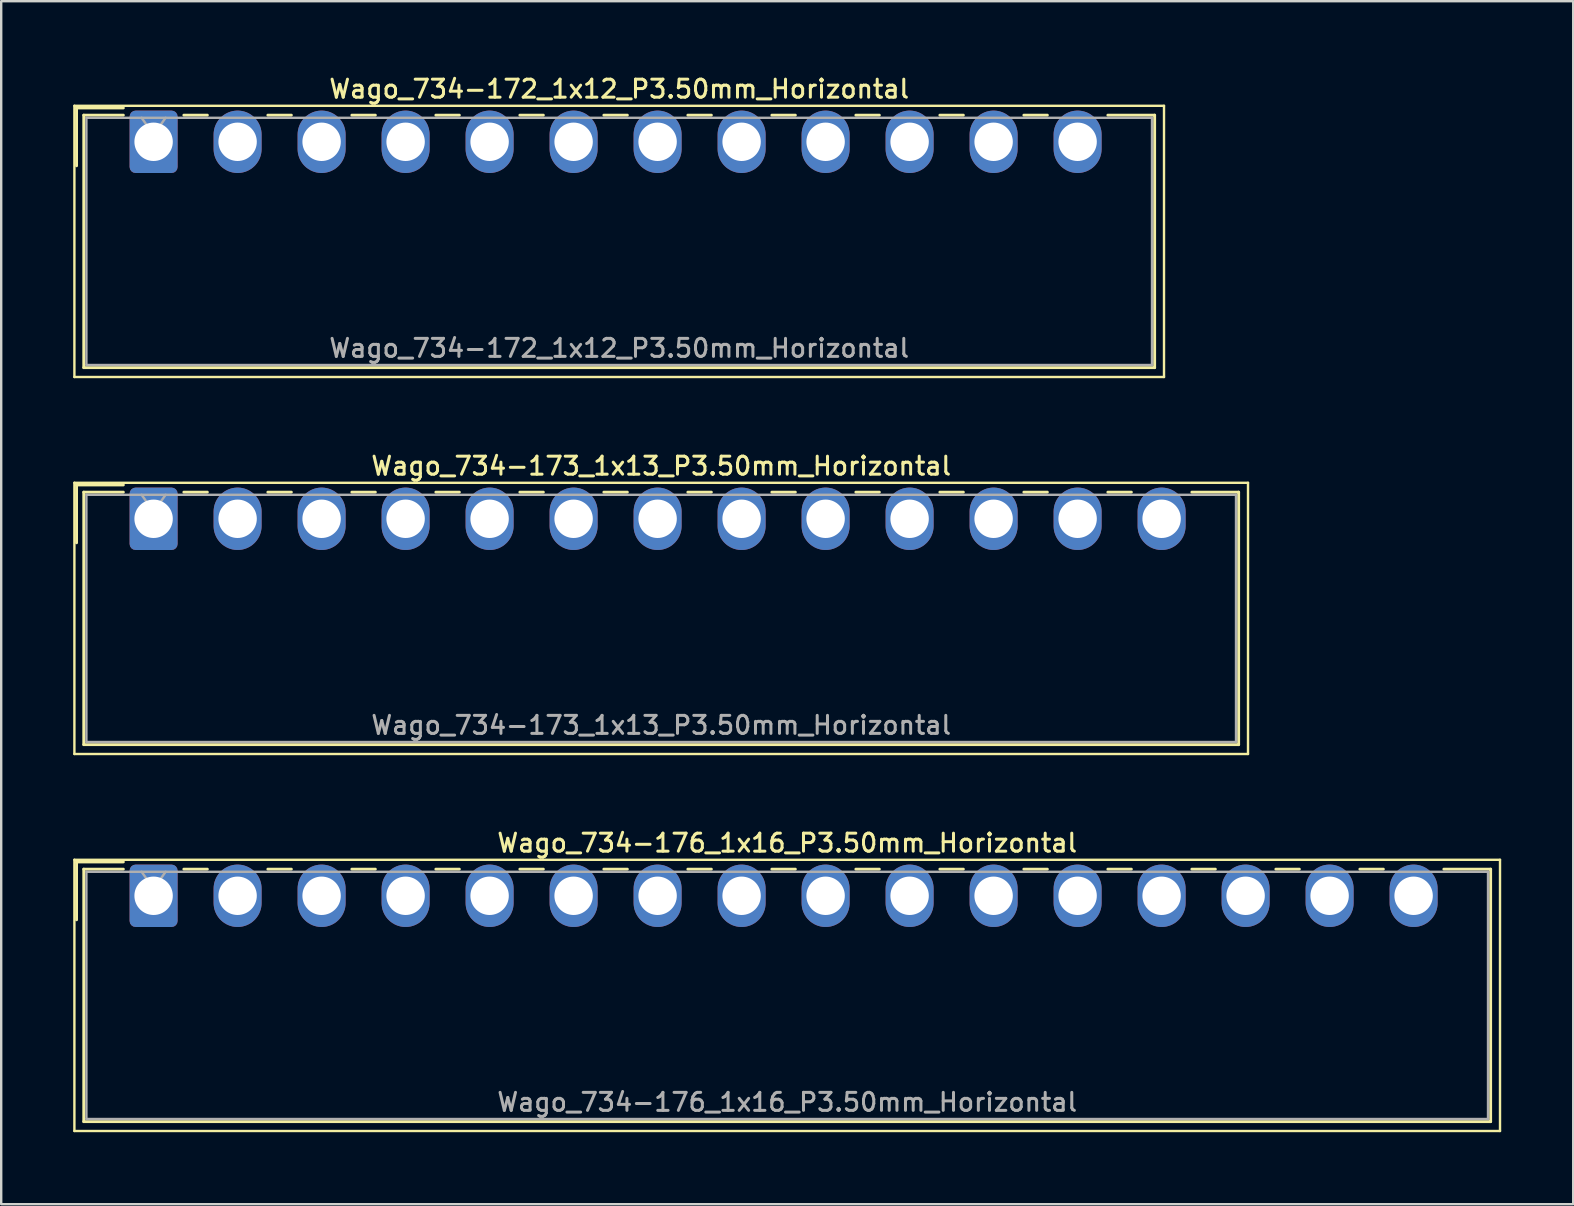
<source format=kicad_pcb>
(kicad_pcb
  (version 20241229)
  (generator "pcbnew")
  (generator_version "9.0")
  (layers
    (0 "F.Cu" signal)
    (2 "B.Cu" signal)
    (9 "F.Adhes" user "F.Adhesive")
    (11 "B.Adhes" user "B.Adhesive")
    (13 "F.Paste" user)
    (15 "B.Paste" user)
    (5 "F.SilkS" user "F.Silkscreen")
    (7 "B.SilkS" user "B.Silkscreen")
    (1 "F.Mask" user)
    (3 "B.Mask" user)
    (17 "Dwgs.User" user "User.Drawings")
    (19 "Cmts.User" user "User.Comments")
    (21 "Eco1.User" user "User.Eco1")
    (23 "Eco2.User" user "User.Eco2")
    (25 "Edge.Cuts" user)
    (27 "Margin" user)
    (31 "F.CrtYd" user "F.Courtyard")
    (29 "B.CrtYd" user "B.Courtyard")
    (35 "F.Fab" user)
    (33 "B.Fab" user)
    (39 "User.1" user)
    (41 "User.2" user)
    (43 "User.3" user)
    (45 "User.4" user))
  (footprint "Wago_734-173_1x13_P3.50mm_Horizontal"
    (layer "F.Cu")
    (at 3.35 18.566)
    (property "Reference" "Wago_734-173_1x13_P3.50mm_Horizontal" (at 21.15 -2.2 0) (layer "F.SilkS") (effects (font (size 0.75 0.75) (thickness 0.125))))
    (attr through_hole)
    (fp_line (start -3.3 -1.5) (end -3.3 9.8) (stroke (width 0.1) (type solid)) (layer "F.SilkS"))
    (fp_line (start -3.3 9.8) (end 45.6 9.8) (stroke (width 0.1) (type solid)) (layer "F.SilkS"))
    (fp_line (start -3.21 -1.41) (end -1.26 -1.41) (stroke (width 0.12) (type solid)) (layer "F.SilkS"))
    (fp_line (start -3.21 1) (end -3.21 -1.41) (stroke (width 0.12) (type solid)) (layer "F.SilkS"))
    (fp_line (start -2.91 -1.11) (end -2.91 9.41) (stroke (width 0.12) (type solid)) (layer "F.SilkS"))
    (fp_line (start -2.91 9.41) (end 45.21 9.41) (stroke (width 0.12) (type solid)) (layer "F.SilkS"))
    (fp_line (start -1.26 -1.11) (end -2.91 -1.11) (stroke (width 0.12) (type solid)) (layer "F.SilkS"))
    (fp_line (start 1.26 -1.11) (end 2.24 -1.11) (stroke (width 0.12) (type solid)) (layer "F.SilkS"))
    (fp_line (start 4.76 -1.11) (end 5.74 -1.11) (stroke (width 0.12) (type solid)) (layer "F.SilkS"))
    (fp_line (start 8.26 -1.11) (end 9.24 -1.11) (stroke (width 0.12) (type solid)) (layer "F.SilkS"))
    (fp_line (start 11.76 -1.11) (end 12.74 -1.11) (stroke (width 0.12) (type solid)) (layer "F.SilkS"))
    (fp_line (start 15.26 -1.11) (end 16.24 -1.11) (stroke (width 0.12) (type solid)) (layer "F.SilkS"))
    (fp_line (start 18.76 -1.11) (end 19.74 -1.11) (stroke (width 0.12) (type solid)) (layer "F.SilkS"))
    (fp_line (start 22.26 -1.11) (end 23.24 -1.11) (stroke (width 0.12) (type solid)) (layer "F.SilkS"))
    (fp_line (start 25.76 -1.11) (end 26.74 -1.11) (stroke (width 0.12) (type solid)) (layer "F.SilkS"))
    (fp_line (start 29.26 -1.11) (end 30.24 -1.11) (stroke (width 0.12) (type solid)) (layer "F.SilkS"))
    (fp_line (start 32.76 -1.11) (end 33.74 -1.11) (stroke (width 0.12) (type solid)) (layer "F.SilkS"))
    (fp_line (start 36.26 -1.11) (end 37.24 -1.11) (stroke (width 0.12) (type solid)) (layer "F.SilkS"))
    (fp_line (start 39.76 -1.11) (end 40.74 -1.11) (stroke (width 0.12) (type solid)) (layer "F.SilkS"))
    (fp_line (start 45.21 -1.11) (end 43.26 -1.11) (stroke (width 0.12) (type solid)) (layer "F.SilkS"))
    (fp_line (start 45.21 9.41) (end 45.21 -1.11) (stroke (width 0.12) (type solid)) (layer "F.SilkS"))
    (fp_line (start 45.6 -1.5) (end -3.3 -1.5) (stroke (width 0.1) (type solid)) (layer "F.SilkS"))
    (fp_line (start 45.6 9.8) (end 45.6 -1.5) (stroke (width 0.1) (type solid)) (layer "F.SilkS"))
    (fp_line (start -2.8 -1) (end -2.8 9.3) (stroke (width 0.1) (type solid)) (layer "F.Fab"))
    (fp_line (start -2.8 9.3) (end 45.1 9.3) (stroke (width 0.1) (type solid)) (layer "F.Fab"))
    (fp_line (start -0.5 -1) (end 0 -0.293) (stroke (width 0.1) (type solid)) (layer "F.Fab"))
    (fp_line (start 0 -0.293) (end 0.5 -1) (stroke (width 0.1) (type solid)) (layer "F.Fab"))
    (fp_line (start 45.1 -1) (end -2.8 -1) (stroke (width 0.1) (type solid)) (layer "F.Fab"))
    (fp_line (start 45.1 9.3) (end 45.1 -1) (stroke (width 0.1) (type solid)) (layer "F.Fab"))
    (fp_text user "${REFERENCE}" (at 21.15 8.6 0) (layer "F.Fab") (effects (font (size 0.75 0.75) (thickness 0.125))))
    (pad "1" thru_hole roundrect (at 0 0) (size 2 2.6) (drill 1.6) (layers "*.Cu" "*.Mask") (roundrect_rratio 0.125))
    (pad "2" thru_hole oval (at 3.5 0) (size 2 2.6) (drill 1.6) (layers "*.Cu" "*.Mask"))
    (pad "3" thru_hole oval (at 7 0) (size 2 2.6) (drill 1.6) (layers "*.Cu" "*.Mask"))
    (pad "4" thru_hole oval (at 10.5 0) (size 2 2.6) (drill 1.6) (layers "*.Cu" "*.Mask"))
    (pad "5" thru_hole oval (at 14 0) (size 2 2.6) (drill 1.6) (layers "*.Cu" "*.Mask"))
    (pad "6" thru_hole oval (at 17.5 0) (size 2 2.6) (drill 1.6) (layers "*.Cu" "*.Mask"))
    (pad "7" thru_hole oval (at 21 0) (size 2 2.6) (drill 1.6) (layers "*.Cu" "*.Mask"))
    (pad "8" thru_hole oval (at 24.5 0) (size 2 2.6) (drill 1.6) (layers "*.Cu" "*.Mask"))
    (pad "9" thru_hole oval (at 28 0) (size 2 2.6) (drill 1.6) (layers "*.Cu" "*.Mask"))
    (pad "10" thru_hole oval (at 31.5 0) (size 2 2.6) (drill 1.6) (layers "*.Cu" "*.Mask"))
    (pad "11" thru_hole oval (at 35 0) (size 2 2.6) (drill 1.6) (layers "*.Cu" "*.Mask"))
    (pad "12" thru_hole oval (at 38.5 0) (size 2 2.6) (drill 1.6) (layers "*.Cu" "*.Mask"))
    (pad "13" thru_hole oval (at 42 0) (size 2 2.6) (drill 1.6) (layers "*.Cu" "*.Mask")))
  (footprint "Wago_734-176_1x16_P3.50mm_Horizontal"
    (layer "F.Cu")
    (at 3.35 34.274)
    (property "Reference" "Wago_734-176_1x16_P3.50mm_Horizontal" (at 26.4 -2.2 0) (layer "F.SilkS") (effects (font (size 0.75 0.75) (thickness 0.125))))
    (attr through_hole)
    (fp_line (start -3.3 -1.5) (end -3.3 9.8) (stroke (width 0.1) (type solid)) (layer "F.SilkS"))
    (fp_line (start -3.3 9.8) (end 56.1 9.8) (stroke (width 0.1) (type solid)) (layer "F.SilkS"))
    (fp_line (start -3.21 -1.41) (end -1.26 -1.41) (stroke (width 0.12) (type solid)) (layer "F.SilkS"))
    (fp_line (start -3.21 1) (end -3.21 -1.41) (stroke (width 0.12) (type solid)) (layer "F.SilkS"))
    (fp_line (start -2.91 -1.11) (end -2.91 9.41) (stroke (width 0.12) (type solid)) (layer "F.SilkS"))
    (fp_line (start -2.91 9.41) (end 55.71 9.41) (stroke (width 0.12) (type solid)) (layer "F.SilkS"))
    (fp_line (start -1.26 -1.11) (end -2.91 -1.11) (stroke (width 0.12) (type solid)) (layer "F.SilkS"))
    (fp_line (start 1.26 -1.11) (end 2.24 -1.11) (stroke (width 0.12) (type solid)) (layer "F.SilkS"))
    (fp_line (start 4.76 -1.11) (end 5.74 -1.11) (stroke (width 0.12) (type solid)) (layer "F.SilkS"))
    (fp_line (start 8.26 -1.11) (end 9.24 -1.11) (stroke (width 0.12) (type solid)) (layer "F.SilkS"))
    (fp_line (start 11.76 -1.11) (end 12.74 -1.11) (stroke (width 0.12) (type solid)) (layer "F.SilkS"))
    (fp_line (start 15.26 -1.11) (end 16.24 -1.11) (stroke (width 0.12) (type solid)) (layer "F.SilkS"))
    (fp_line (start 18.76 -1.11) (end 19.74 -1.11) (stroke (width 0.12) (type solid)) (layer "F.SilkS"))
    (fp_line (start 22.26 -1.11) (end 23.24 -1.11) (stroke (width 0.12) (type solid)) (layer "F.SilkS"))
    (fp_line (start 25.76 -1.11) (end 26.74 -1.11) (stroke (width 0.12) (type solid)) (layer "F.SilkS"))
    (fp_line (start 29.26 -1.11) (end 30.24 -1.11) (stroke (width 0.12) (type solid)) (layer "F.SilkS"))
    (fp_line (start 32.76 -1.11) (end 33.74 -1.11) (stroke (width 0.12) (type solid)) (layer "F.SilkS"))
    (fp_line (start 36.26 -1.11) (end 37.24 -1.11) (stroke (width 0.12) (type solid)) (layer "F.SilkS"))
    (fp_line (start 39.76 -1.11) (end 40.74 -1.11) (stroke (width 0.12) (type solid)) (layer "F.SilkS"))
    (fp_line (start 43.26 -1.11) (end 44.24 -1.11) (stroke (width 0.12) (type solid)) (layer "F.SilkS"))
    (fp_line (start 46.76 -1.11) (end 47.74 -1.11) (stroke (width 0.12) (type solid)) (layer "F.SilkS"))
    (fp_line (start 50.26 -1.11) (end 51.24 -1.11) (stroke (width 0.12) (type solid)) (layer "F.SilkS"))
    (fp_line (start 55.71 -1.11) (end 53.76 -1.11) (stroke (width 0.12) (type solid)) (layer "F.SilkS"))
    (fp_line (start 55.71 9.41) (end 55.71 -1.11) (stroke (width 0.12) (type solid)) (layer "F.SilkS"))
    (fp_line (start 56.1 -1.5) (end -3.3 -1.5) (stroke (width 0.1) (type solid)) (layer "F.SilkS"))
    (fp_line (start 56.1 9.8) (end 56.1 -1.5) (stroke (width 0.1) (type solid)) (layer "F.SilkS"))
    (fp_line (start -2.8 -1) (end -2.8 9.3) (stroke (width 0.1) (type solid)) (layer "F.Fab"))
    (fp_line (start -2.8 9.3) (end 55.6 9.3) (stroke (width 0.1) (type solid)) (layer "F.Fab"))
    (fp_line (start -0.5 -1) (end 0 -0.293) (stroke (width 0.1) (type solid)) (layer "F.Fab"))
    (fp_line (start 0 -0.293) (end 0.5 -1) (stroke (width 0.1) (type solid)) (layer "F.Fab"))
    (fp_line (start 55.6 -1) (end -2.8 -1) (stroke (width 0.1) (type solid)) (layer "F.Fab"))
    (fp_line (start 55.6 9.3) (end 55.6 -1) (stroke (width 0.1) (type solid)) (layer "F.Fab"))
    (fp_text user "${REFERENCE}" (at 26.4 8.6 0) (layer "F.Fab") (effects (font (size 0.75 0.75) (thickness 0.125))))
    (pad "1" thru_hole roundrect (at 0 0) (size 2 2.6) (drill 1.6) (layers "*.Cu" "*.Mask") (roundrect_rratio 0.125))
    (pad "2" thru_hole oval (at 3.5 0) (size 2 2.6) (drill 1.6) (layers "*.Cu" "*.Mask"))
    (pad "3" thru_hole oval (at 7 0) (size 2 2.6) (drill 1.6) (layers "*.Cu" "*.Mask"))
    (pad "4" thru_hole oval (at 10.5 0) (size 2 2.6) (drill 1.6) (layers "*.Cu" "*.Mask"))
    (pad "5" thru_hole oval (at 14 0) (size 2 2.6) (drill 1.6) (layers "*.Cu" "*.Mask"))
    (pad "6" thru_hole oval (at 17.5 0) (size 2 2.6) (drill 1.6) (layers "*.Cu" "*.Mask"))
    (pad "7" thru_hole oval (at 21 0) (size 2 2.6) (drill 1.6) (layers "*.Cu" "*.Mask"))
    (pad "8" thru_hole oval (at 24.5 0) (size 2 2.6) (drill 1.6) (layers "*.Cu" "*.Mask"))
    (pad "9" thru_hole oval (at 28 0) (size 2 2.6) (drill 1.6) (layers "*.Cu" "*.Mask"))
    (pad "10" thru_hole oval (at 31.5 0) (size 2 2.6) (drill 1.6) (layers "*.Cu" "*.Mask"))
    (pad "11" thru_hole oval (at 35 0) (size 2 2.6) (drill 1.6) (layers "*.Cu" "*.Mask"))
    (pad "12" thru_hole oval (at 38.5 0) (size 2 2.6) (drill 1.6) (layers "*.Cu" "*.Mask"))
    (pad "13" thru_hole oval (at 42 0) (size 2 2.6) (drill 1.6) (layers "*.Cu" "*.Mask"))
    (pad "14" thru_hole oval (at 45.5 0) (size 2 2.6) (drill 1.6) (layers "*.Cu" "*.Mask"))
    (pad "15" thru_hole oval (at 49 0) (size 2 2.6) (drill 1.6) (layers "*.Cu" "*.Mask"))
    (pad "16" thru_hole oval (at 52.5 0) (size 2 2.6) (drill 1.6) (layers "*.Cu" "*.Mask")))
  (footprint "Wago_734-172_1x12_P3.50mm_Horizontal"
    (layer "F.Cu")
    (at 3.35 2.858)
    (property "Reference" "Wago_734-172_1x12_P3.50mm_Horizontal" (at 19.4 -2.2 0) (layer "F.SilkS") (effects (font (size 0.75 0.75) (thickness 0.125))))
    (attr through_hole)
    (fp_line (start -3.3 -1.5) (end -3.3 9.8) (stroke (width 0.1) (type solid)) (layer "F.SilkS"))
    (fp_line (start -3.3 9.8) (end 42.1 9.8) (stroke (width 0.1) (type solid)) (layer "F.SilkS"))
    (fp_line (start -3.21 -1.41) (end -1.26 -1.41) (stroke (width 0.12) (type solid)) (layer "F.SilkS"))
    (fp_line (start -3.21 1) (end -3.21 -1.41) (stroke (width 0.12) (type solid)) (layer "F.SilkS"))
    (fp_line (start -2.91 -1.11) (end -2.91 9.41) (stroke (width 0.12) (type solid)) (layer "F.SilkS"))
    (fp_line (start -2.91 9.41) (end 41.71 9.41) (stroke (width 0.12) (type solid)) (layer "F.SilkS"))
    (fp_line (start -1.26 -1.11) (end -2.91 -1.11) (stroke (width 0.12) (type solid)) (layer "F.SilkS"))
    (fp_line (start 1.26 -1.11) (end 2.24 -1.11) (stroke (width 0.12) (type solid)) (layer "F.SilkS"))
    (fp_line (start 4.76 -1.11) (end 5.74 -1.11) (stroke (width 0.12) (type solid)) (layer "F.SilkS"))
    (fp_line (start 8.26 -1.11) (end 9.24 -1.11) (stroke (width 0.12) (type solid)) (layer "F.SilkS"))
    (fp_line (start 11.76 -1.11) (end 12.74 -1.11) (stroke (width 0.12) (type solid)) (layer "F.SilkS"))
    (fp_line (start 15.26 -1.11) (end 16.24 -1.11) (stroke (width 0.12) (type solid)) (layer "F.SilkS"))
    (fp_line (start 18.76 -1.11) (end 19.74 -1.11) (stroke (width 0.12) (type solid)) (layer "F.SilkS"))
    (fp_line (start 22.26 -1.11) (end 23.24 -1.11) (stroke (width 0.12) (type solid)) (layer "F.SilkS"))
    (fp_line (start 25.76 -1.11) (end 26.74 -1.11) (stroke (width 0.12) (type solid)) (layer "F.SilkS"))
    (fp_line (start 29.26 -1.11) (end 30.24 -1.11) (stroke (width 0.12) (type solid)) (layer "F.SilkS"))
    (fp_line (start 32.76 -1.11) (end 33.74 -1.11) (stroke (width 0.12) (type solid)) (layer "F.SilkS"))
    (fp_line (start 36.26 -1.11) (end 37.24 -1.11) (stroke (width 0.12) (type solid)) (layer "F.SilkS"))
    (fp_line (start 41.71 -1.11) (end 39.76 -1.11) (stroke (width 0.12) (type solid)) (layer "F.SilkS"))
    (fp_line (start 41.71 9.41) (end 41.71 -1.11) (stroke (width 0.12) (type solid)) (layer "F.SilkS"))
    (fp_line (start 42.1 -1.5) (end -3.3 -1.5) (stroke (width 0.1) (type solid)) (layer "F.SilkS"))
    (fp_line (start 42.1 9.8) (end 42.1 -1.5) (stroke (width 0.1) (type solid)) (layer "F.SilkS"))
    (fp_line (start -2.8 -1) (end -2.8 9.3) (stroke (width 0.1) (type solid)) (layer "F.Fab"))
    (fp_line (start -2.8 9.3) (end 41.6 9.3) (stroke (width 0.1) (type solid)) (layer "F.Fab"))
    (fp_line (start -0.5 -1) (end 0 -0.293) (stroke (width 0.1) (type solid)) (layer "F.Fab"))
    (fp_line (start 0 -0.293) (end 0.5 -1) (stroke (width 0.1) (type solid)) (layer "F.Fab"))
    (fp_line (start 41.6 -1) (end -2.8 -1) (stroke (width 0.1) (type solid)) (layer "F.Fab"))
    (fp_line (start 41.6 9.3) (end 41.6 -1) (stroke (width 0.1) (type solid)) (layer "F.Fab"))
    (fp_text user "${REFERENCE}" (at 19.4 8.6 0) (layer "F.Fab") (effects (font (size 0.75 0.75) (thickness 0.125))))
    (pad "1" thru_hole roundrect (at 0 0) (size 2 2.6) (drill 1.6) (layers "*.Cu" "*.Mask") (roundrect_rratio 0.125))
    (pad "2" thru_hole oval (at 3.5 0) (size 2 2.6) (drill 1.6) (layers "*.Cu" "*.Mask"))
    (pad "3" thru_hole oval (at 7 0) (size 2 2.6) (drill 1.6) (layers "*.Cu" "*.Mask"))
    (pad "4" thru_hole oval (at 10.5 0) (size 2 2.6) (drill 1.6) (layers "*.Cu" "*.Mask"))
    (pad "5" thru_hole oval (at 14 0) (size 2 2.6) (drill 1.6) (layers "*.Cu" "*.Mask"))
    (pad "6" thru_hole oval (at 17.5 0) (size 2 2.6) (drill 1.6) (layers "*.Cu" "*.Mask"))
    (pad "7" thru_hole oval (at 21 0) (size 2 2.6) (drill 1.6) (layers "*.Cu" "*.Mask"))
    (pad "8" thru_hole oval (at 24.5 0) (size 2 2.6) (drill 1.6) (layers "*.Cu" "*.Mask"))
    (pad "9" thru_hole oval (at 28 0) (size 2 2.6) (drill 1.6) (layers "*.Cu" "*.Mask"))
    (pad "10" thru_hole oval (at 31.5 0) (size 2 2.6) (drill 1.6) (layers "*.Cu" "*.Mask"))
    (pad "11" thru_hole oval (at 35 0) (size 2 2.6) (drill 1.6) (layers "*.Cu" "*.Mask"))
    (pad "12" thru_hole oval (at 38.5 0) (size 2 2.6) (drill 1.6) (layers "*.Cu" "*.Mask")))
  (gr_rect
    (start -3 -3)
    (end 62.5 47.124)
    (stroke (width 0.1) (type default))
    (fill no)
    (layer "Edge.Cuts")))
</source>
